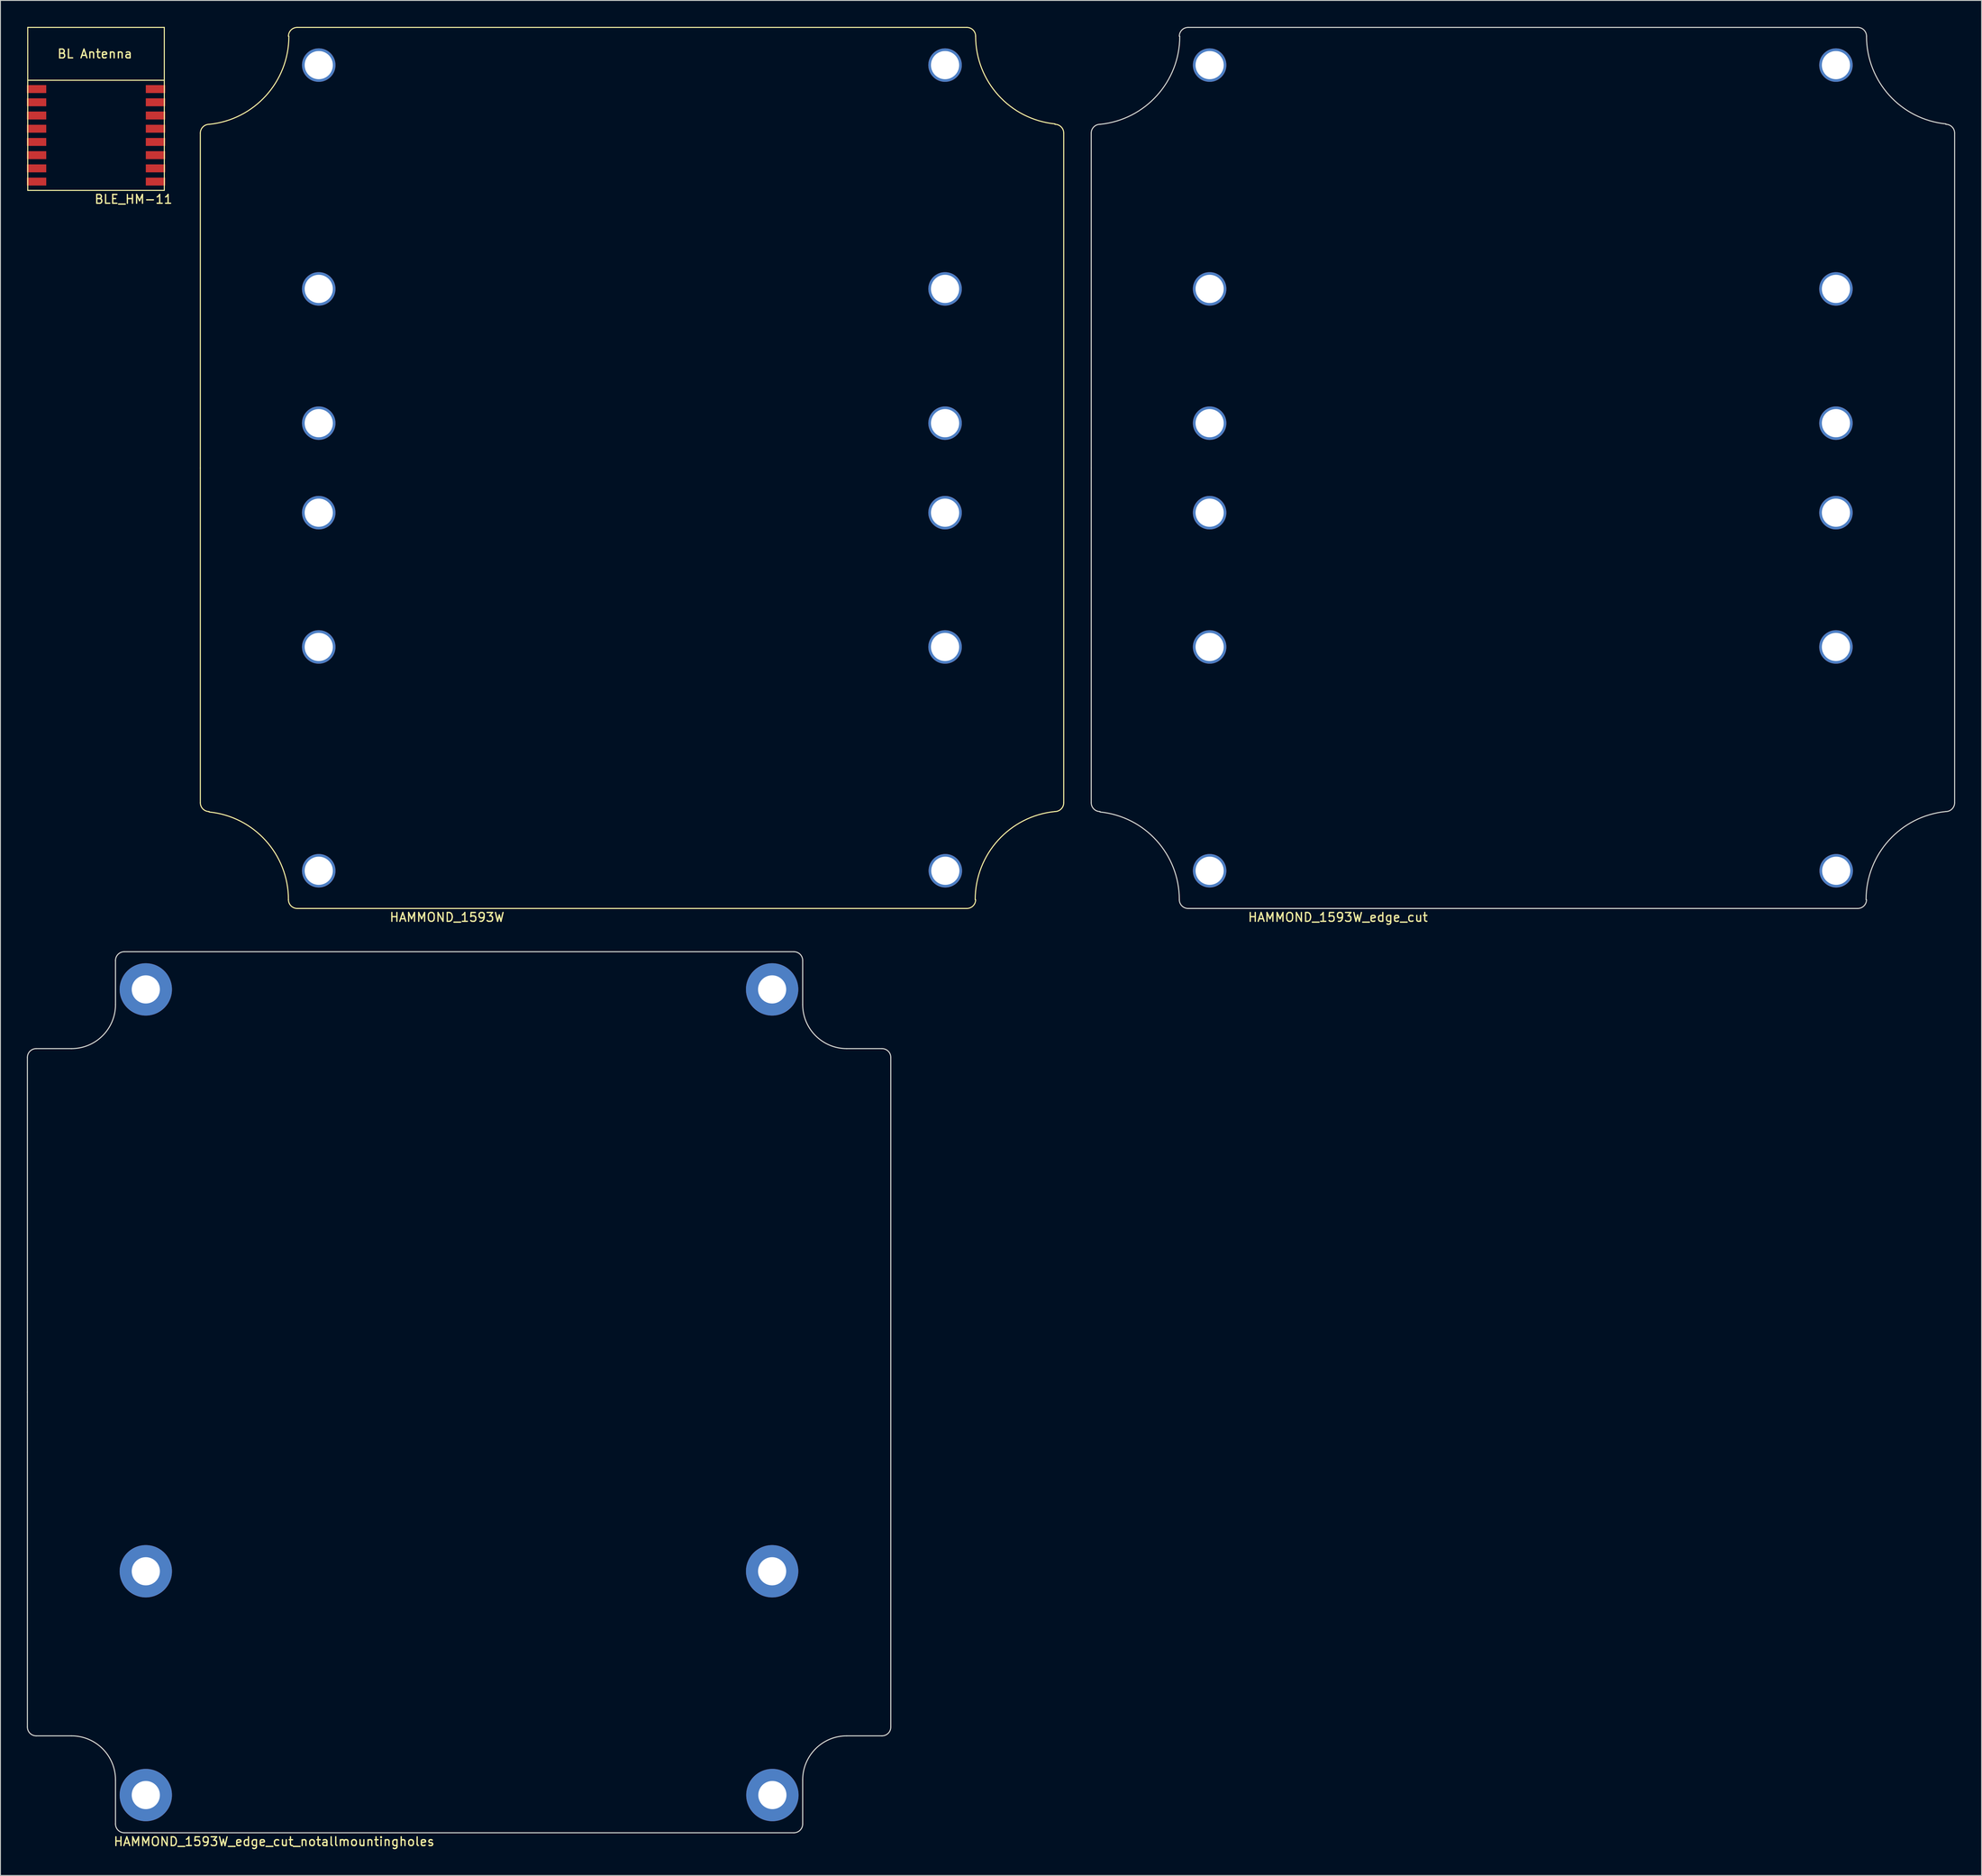
<source format=kicad_pcb>
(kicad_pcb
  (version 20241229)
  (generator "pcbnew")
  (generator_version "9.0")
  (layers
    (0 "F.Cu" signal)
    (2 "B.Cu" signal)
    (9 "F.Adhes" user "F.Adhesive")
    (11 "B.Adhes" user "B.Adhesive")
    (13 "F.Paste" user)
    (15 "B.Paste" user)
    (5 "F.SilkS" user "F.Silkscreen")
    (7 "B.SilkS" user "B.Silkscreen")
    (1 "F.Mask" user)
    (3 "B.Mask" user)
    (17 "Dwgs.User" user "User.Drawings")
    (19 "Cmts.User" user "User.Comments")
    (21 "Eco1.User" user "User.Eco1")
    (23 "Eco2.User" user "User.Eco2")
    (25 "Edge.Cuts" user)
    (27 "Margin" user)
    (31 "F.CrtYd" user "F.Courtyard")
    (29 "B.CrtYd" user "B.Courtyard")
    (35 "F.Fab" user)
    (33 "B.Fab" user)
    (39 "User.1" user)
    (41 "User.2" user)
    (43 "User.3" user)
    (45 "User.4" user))
  (footprint "HAMMOND_1593W"
    (layer "F.Cu")
    (at 68.69 50.06)
    (property "Reference" "HAMMOND_1593W" (at -21 51 0) (layer "F.SilkS") (effects (font (size 1 1) (thickness 0.15))))
    (attr through_hole)
    (fp_line (start -49 0) (end -49 -38) (stroke (width 0.12) (type solid)) (layer "F.SilkS"))
    (fp_line (start -49 38) (end -49 0) (stroke (width 0.12) (type solid)) (layer "F.SilkS"))
    (fp_line (start -39 -49) (end -39 -49) (stroke (width 0.12) (type solid)) (layer "F.SilkS"))
    (fp_line (start -39 49) (end -39 49) (stroke (width 0.12) (type solid)) (layer "F.SilkS"))
    (fp_line (start -38 -50) (end 38 -50) (stroke (width 0.12) (type solid)) (layer "F.SilkS"))
    (fp_line (start 38 50) (end -38 50) (stroke (width 0.12) (type solid)) (layer "F.SilkS"))
    (fp_line (start 39 -49) (end 39 -49) (stroke (width 0.12) (type solid)) (layer "F.SilkS"))
    (fp_line (start 49 -38) (end 49 38) (stroke (width 0.12) (type solid)) (layer "F.SilkS"))
    (fp_arc (start -49 -38) (mid -48.707107 -38.707107) (end -48 -39) (stroke (width 0.12) (type solid)) (layer "F.SilkS"))
    (fp_arc (start -48.004963 39.049628) (mid -41.585475 42.289947) (end -39 49) (stroke (width 0.12) (type solid)) (layer "F.SilkS"))
    (fp_arc (start -48 39) (mid -48.707107 38.707107) (end -49 38) (stroke (width 0.12) (type solid)) (layer "F.SilkS"))
    (fp_arc (start -39 -49) (mid -38.707107 -49.707107) (end -38 -50) (stroke (width 0.12) (type solid)) (layer "F.SilkS"))
    (fp_arc (start -38.950124 -49) (mid -41.548494 -42.25648) (end -48 -39) (stroke (width 0.12) (type solid)) (layer "F.SilkS"))
    (fp_arc (start -38 50) (mid -38.707107 49.707107) (end -39 49) (stroke (width 0.12) (type solid)) (layer "F.SilkS"))
    (fp_arc (start 38 -50) (mid 38.707107 -49.707107) (end 39 -49) (stroke (width 0.12) (type solid)) (layer "F.SilkS"))
    (fp_arc (start 38.950124 49) (mid 41.548494 42.25648) (end 48 39) (stroke (width 0.12) (type solid)) (layer "F.SilkS"))
    (fp_arc (start 39 49) (mid 38.707107 49.707107) (end 38 50) (stroke (width 0.12) (type solid)) (layer "F.SilkS"))
    (fp_arc (start 48 -39) (mid 48.707107 -38.707107) (end 49 -38) (stroke (width 0.12) (type solid)) (layer "F.SilkS"))
    (fp_arc (start 48.004963 -39.049628) (mid 41.585475 -42.289947) (end 39 -49) (stroke (width 0.12) (type solid)) (layer "F.SilkS"))
    (fp_arc (start 49 38) (mid 48.707107 38.707107) (end 48 39) (stroke (width 0.12) (type solid)) (layer "F.SilkS"))
    (pad "1" thru_hole circle (at -35.56 -45.72) (size 3.8 3.8) (drill 3.2) (layers "*.Cu" "*.Mask"))
    (pad "1" thru_hole circle (at -35.56 -20.32) (size 3.8 3.8) (drill 3.2) (layers "*.Cu" "*.Mask"))
    (pad "1" thru_hole circle (at -35.56 -5.08) (size 3.8 3.8) (drill 3.2) (layers "*.Cu" "*.Mask"))
    (pad "1" thru_hole circle (at -35.56 5.08) (size 3.8 3.8) (drill 3.2) (layers "*.Cu" "*.Mask"))
    (pad "1" thru_hole circle (at -35.56 20.32) (size 3.8 3.8) (drill 3.2) (layers "*.Cu" "*.Mask"))
    (pad "1" thru_hole circle (at -35.56 45.72) (size 3.8 3.8) (drill 3.2) (layers "*.Cu" "*.Mask"))
    (pad "1" thru_hole circle (at 35.53 -45.72) (size 3.8 3.8) (drill 3.2) (layers "*.Cu" "*.Mask"))
    (pad "1" thru_hole circle (at 35.53 -20.32) (size 3.8 3.8) (drill 3.2) (layers "*.Cu" "*.Mask"))
    (pad "1" thru_hole circle (at 35.53 -5.08) (size 3.8 3.8) (drill 3.2) (layers "*.Cu" "*.Mask"))
    (pad "1" thru_hole circle (at 35.53 5.08) (size 3.8 3.8) (drill 3.2) (layers "*.Cu" "*.Mask"))
    (pad "1" thru_hole circle (at 35.53 20.32) (size 3.8 3.8) (drill 3.2) (layers "*.Cu" "*.Mask"))
    (pad "1" thru_hole circle (at 35.56 45.72) (size 3.8 3.8) (drill 3.2) (layers "*.Cu" "*.Mask")))
  (footprint "HAMMOND_1593W_edge_cut_notallmountingholes"
    (layer "F.Cu")
    (at 49.06 154.968)
    (property "Reference" "HAMMOND_1593W_edge_cut_notallmountingholes" (at -21 51 0) (layer "F.SilkS") (effects (font (size 1 1) (thickness 0.15))))
    (attr through_hole)
    (fp_line (start -49 0) (end -49 -38) (stroke (width 0.12) (type solid)) (layer "Edge.Cuts"))
    (fp_line (start -49 38) (end -49 0) (stroke (width 0.12) (type solid)) (layer "Edge.Cuts"))
    (fp_line (start -44 -39) (end -48 -39) (stroke (width 0.12) (type solid)) (layer "Edge.Cuts"))
    (fp_line (start -44 39) (end -48 39) (stroke (width 0.12) (type solid)) (layer "Edge.Cuts"))
    (fp_line (start -39 -49) (end -39 -49) (stroke (width 0.12) (type solid)) (layer "Edge.Cuts"))
    (fp_line (start -39 -44) (end -39 -49) (stroke (width 0.12) (type solid)) (layer "Edge.Cuts"))
    (fp_line (start -39 49) (end -39 44) (stroke (width 0.12) (type solid)) (layer "Edge.Cuts"))
    (fp_line (start -39 49) (end -39 49) (stroke (width 0.12) (type solid)) (layer "Edge.Cuts"))
    (fp_line (start -38 -50) (end 38 -50) (stroke (width 0.12) (type solid)) (layer "Edge.Cuts"))
    (fp_line (start 38 50) (end -38 50) (stroke (width 0.12) (type solid)) (layer "Edge.Cuts"))
    (fp_line (start 39 -49) (end 39 -49) (stroke (width 0.12) (type solid)) (layer "Edge.Cuts"))
    (fp_line (start 39 -44) (end 39 -49) (stroke (width 0.12) (type solid)) (layer "Edge.Cuts"))
    (fp_line (start 39 49) (end 39 44) (stroke (width 0.12) (type solid)) (layer "Edge.Cuts"))
    (fp_line (start 44 39) (end 48 39) (stroke (width 0.12) (type solid)) (layer "Edge.Cuts"))
    (fp_line (start 48 -39) (end 44 -39) (stroke (width 0.12) (type solid)) (layer "Edge.Cuts"))
    (fp_line (start 49 -38) (end 49 38) (stroke (width 0.12) (type solid)) (layer "Edge.Cuts"))
    (fp_arc (start -49 -38) (mid -48.707107 -38.707107) (end -48 -39) (stroke (width 0.12) (type solid)) (layer "Edge.Cuts"))
    (fp_arc (start -48 39) (mid -48.707107 38.707107) (end -49 38) (stroke (width 0.12) (type solid)) (layer "Edge.Cuts"))
    (fp_arc (start -44 39) (mid -40.464466 40.464466) (end -39 44) (stroke (width 0.12) (type solid)) (layer "Edge.Cuts"))
    (fp_arc (start -39 -49) (mid -38.707107 -49.707107) (end -38 -50) (stroke (width 0.12) (type solid)) (layer "Edge.Cuts"))
    (fp_arc (start -39 -44) (mid -40.464466 -40.464466) (end -44 -39) (stroke (width 0.12) (type solid)) (layer "Edge.Cuts"))
    (fp_arc (start -38 50) (mid -38.707107 49.707107) (end -39 49) (stroke (width 0.12) (type solid)) (layer "Edge.Cuts"))
    (fp_arc (start 38 -50) (mid 38.707107 -49.707107) (end 39 -49) (stroke (width 0.12) (type solid)) (layer "Edge.Cuts"))
    (fp_arc (start 39 44) (mid 40.464466 40.464466) (end 44 39) (stroke (width 0.12) (type solid)) (layer "Edge.Cuts"))
    (fp_arc (start 39 49) (mid 38.707107 49.707107) (end 38 50) (stroke (width 0.12) (type solid)) (layer "Edge.Cuts"))
    (fp_arc (start 44 -39) (mid 40.464466 -40.464466) (end 39 -44) (stroke (width 0.12) (type solid)) (layer "Edge.Cuts"))
    (fp_arc (start 48 -39) (mid 48.707107 -38.707107) (end 49 -38) (stroke (width 0.12) (type solid)) (layer "Edge.Cuts"))
    (fp_arc (start 49 38) (mid 48.707107 38.707107) (end 48 39) (stroke (width 0.12) (type solid)) (layer "Edge.Cuts"))
    (pad "1" thru_hole circle (at -35.56 -45.72) (size 5.94 5.94) (drill 3.2) (layers "*.Cu" "*.Mask"))
    (pad "1" thru_hole circle (at -35.56 20.32) (size 5.94 5.94) (drill 3.2) (layers "*.Cu" "*.Mask"))
    (pad "1" thru_hole circle (at -35.56 45.72) (size 5.94 5.94) (drill 3.2) (layers "*.Cu" "*.Mask"))
    (pad "1" thru_hole circle (at 35.53 -45.72) (size 5.94 5.94) (drill 3.2) (layers "*.Cu" "*.Mask"))
    (pad "1" thru_hole circle (at 35.53 20.32 90) (size 5.94 5.94) (drill 3.2) (layers "*.Cu" "*.Mask"))
    (pad "1" thru_hole circle (at 35.56 45.72) (size 5.94 5.94) (drill 3.2) (layers "*.Cu" "*.Mask")))
  (footprint "BLE_HM-11"
    (layer "F.Cu")
    (at 8.1 4.06)
    (property "Reference" "BLE_HM-11" (at 4 15.5 0) (layer "F.SilkS") (effects (font (size 1 1) (thickness 0.15))))
    (attr through_hole)
    (fp_line (start -8 -4) (end 7.5 -4) (stroke (width 0.12) (type solid)) (layer "F.SilkS"))
    (fp_line (start -8 2) (end 7.5 2) (stroke (width 0.12) (type solid)) (layer "F.SilkS"))
    (fp_line (start -8 14.5) (end -8 -4) (stroke (width 0.12) (type solid)) (layer "F.SilkS"))
    (fp_line (start 7.5 -4) (end 7.5 14.5) (stroke (width 0.12) (type solid)) (layer "F.SilkS"))
    (fp_line (start 7.5 14.5) (end -8 14.5) (stroke (width 0.12) (type solid)) (layer "F.SilkS"))
    (fp_text user "BL Antenna " (at 0 -1 0) (layer "F.SilkS") (effects (font (size 1 1) (thickness 0.15))))
    (pad "1" smd rect (at -7 3) (size 2.2 0.9) (layers "F.Cu" "F.Mask" "F.Paste"))
    (pad "2" smd rect (at -7 4.5) (size 2.2 0.9) (layers "F.Cu" "F.Mask" "F.Paste"))
    (pad "3" smd rect (at -7 6) (size 2.2 0.9) (layers "F.Cu" "F.Mask" "F.Paste"))
    (pad "4" smd rect (at -7 7.5) (size 2.2 0.9) (layers "F.Cu" "F.Mask" "F.Paste"))
    (pad "5" smd rect (at -7 9) (size 2.2 0.9) (layers "F.Cu" "F.Mask" "F.Paste"))
    (pad "6" smd rect (at -7 10.5) (size 2.2 0.9) (layers "F.Cu" "F.Mask" "F.Paste"))
    (pad "7" smd rect (at -7 12) (size 2.2 0.9) (layers "F.Cu" "F.Mask" "F.Paste"))
    (pad "8" smd rect (at -7 13.5) (size 2.2 0.9) (layers "F.Cu" "F.Mask" "F.Paste"))
    (pad "9" smd rect (at 6.5 13.5) (size 2.2 0.9) (layers "F.Cu" "F.Mask" "F.Paste"))
    (pad "10" smd rect (at 6.5 12) (size 2.2 0.9) (layers "F.Cu" "F.Mask" "F.Paste"))
    (pad "11" smd rect (at 6.5 10.5) (size 2.2 0.9) (layers "F.Cu" "F.Mask" "F.Paste"))
    (pad "12" smd rect (at 6.5 9) (size 2.2 0.9) (layers "F.Cu" "F.Mask" "F.Paste"))
    (pad "13" smd rect (at 6.5 7.5) (size 2.2 0.9) (layers "F.Cu" "F.Mask" "F.Paste"))
    (pad "14" smd rect (at 6.5 6) (size 2.2 0.9) (layers "F.Cu" "F.Mask" "F.Paste"))
    (pad "15" smd rect (at 6.5 4.5) (size 2.2 0.9) (layers "F.Cu" "F.Mask" "F.Paste"))
    (pad "16" smd rect (at 6.5 3) (size 2.2 0.9) (layers "F.Cu" "F.Mask" "F.Paste")))
  (footprint "HAMMOND_1593W_edge_cut"
    (layer "F.Cu")
    (at 169.81 50.06)
    (property "Reference" "HAMMOND_1593W_edge_cut" (at -21 51 0) (layer "F.SilkS") (effects (font (size 1 1) (thickness 0.15))))
    (attr through_hole)
    (fp_line (start -49 0) (end -49 -38) (stroke (width 0.12) (type solid)) (layer "Edge.Cuts"))
    (fp_line (start -49 38) (end -49 0) (stroke (width 0.12) (type solid)) (layer "Edge.Cuts"))
    (fp_line (start -39 -49) (end -39 -49) (stroke (width 0.12) (type solid)) (layer "Edge.Cuts"))
    (fp_line (start -39 49) (end -39 49) (stroke (width 0.12) (type solid)) (layer "Edge.Cuts"))
    (fp_line (start -38 -50) (end 38 -50) (stroke (width 0.12) (type solid)) (layer "Edge.Cuts"))
    (fp_line (start 38 50) (end -38 50) (stroke (width 0.12) (type solid)) (layer "Edge.Cuts"))
    (fp_line (start 39 -49) (end 39 -49) (stroke (width 0.12) (type solid)) (layer "Edge.Cuts"))
    (fp_line (start 49 -38) (end 49 38) (stroke (width 0.12) (type solid)) (layer "Edge.Cuts"))
    (fp_arc (start -49 -38) (mid -48.707107 -38.707107) (end -48 -39) (stroke (width 0.12) (type solid)) (layer "Edge.Cuts"))
    (fp_arc (start -48.004963 39.049628) (mid -41.585475 42.289947) (end -39 49) (stroke (width 0.12) (type solid)) (layer "Edge.Cuts"))
    (fp_arc (start -48 39) (mid -48.707107 38.707107) (end -49 38) (stroke (width 0.12) (type solid)) (layer "Edge.Cuts"))
    (fp_arc (start -39 -49) (mid -38.707107 -49.707107) (end -38 -50) (stroke (width 0.12) (type solid)) (layer "Edge.Cuts"))
    (fp_arc (start -38.950124 -49) (mid -41.548494 -42.25648) (end -48 -39) (stroke (width 0.12) (type solid)) (layer "Edge.Cuts"))
    (fp_arc (start -38 50) (mid -38.707107 49.707107) (end -39 49) (stroke (width 0.12) (type solid)) (layer "Edge.Cuts"))
    (fp_arc (start 38 -50) (mid 38.707107 -49.707107) (end 39 -49) (stroke (width 0.12) (type solid)) (layer "Edge.Cuts"))
    (fp_arc (start 38.950124 49) (mid 41.548494 42.25648) (end 48 39) (stroke (width 0.12) (type solid)) (layer "Edge.Cuts"))
    (fp_arc (start 39 49) (mid 38.707107 49.707107) (end 38 50) (stroke (width 0.12) (type solid)) (layer "Edge.Cuts"))
    (fp_arc (start 48 -39) (mid 48.707107 -38.707107) (end 49 -38) (stroke (width 0.12) (type solid)) (layer "Edge.Cuts"))
    (fp_arc (start 48.004963 -39.049628) (mid 41.585475 -42.289947) (end 39 -49) (stroke (width 0.12) (type solid)) (layer "Edge.Cuts"))
    (fp_arc (start 49 38) (mid 48.707107 38.707107) (end 48 39) (stroke (width 0.12) (type solid)) (layer "Edge.Cuts"))
    (pad "1" thru_hole circle (at -35.56 -45.72) (size 3.8 3.8) (drill 3.2) (layers "*.Cu" "*.Mask"))
    (pad "1" thru_hole circle (at -35.56 -20.32) (size 3.8 3.8) (drill 3.2) (layers "*.Cu" "*.Mask"))
    (pad "1" thru_hole circle (at -35.56 -5.08) (size 3.8 3.8) (drill 3.2) (layers "*.Cu" "*.Mask"))
    (pad "1" thru_hole circle (at -35.56 5.08) (size 3.8 3.8) (drill 3.2) (layers "*.Cu" "*.Mask"))
    (pad "1" thru_hole circle (at -35.56 20.32) (size 3.8 3.8) (drill 3.2) (layers "*.Cu" "*.Mask"))
    (pad "1" thru_hole circle (at -35.56 45.72) (size 3.8 3.8) (drill 3.2) (layers "*.Cu" "*.Mask"))
    (pad "1" thru_hole circle (at 35.53 -45.72) (size 3.8 3.8) (drill 3.2) (layers "*.Cu" "*.Mask"))
    (pad "1" thru_hole circle (at 35.53 -20.32) (size 3.8 3.8) (drill 3.2) (layers "*.Cu" "*.Mask"))
    (pad "1" thru_hole circle (at 35.53 -5.08) (size 3.8 3.8) (drill 3.2) (layers "*.Cu" "*.Mask"))
    (pad "1" thru_hole circle (at 35.53 5.08) (size 3.8 3.8) (drill 3.2) (layers "*.Cu" "*.Mask"))
    (pad "1" thru_hole circle (at 35.53 20.32) (size 3.8 3.8) (drill 3.2) (layers "*.Cu" "*.Mask"))
    (pad "1" thru_hole circle (at 35.56 45.72) (size 3.8 3.8) (drill 3.2) (layers "*.Cu" "*.Mask")))
  (gr_rect
    (start -3 -3)
    (end 221.87 209.816)
    (stroke (width 0.1) (type default))
    (fill no)
    (layer "Edge.Cuts")))
</source>
